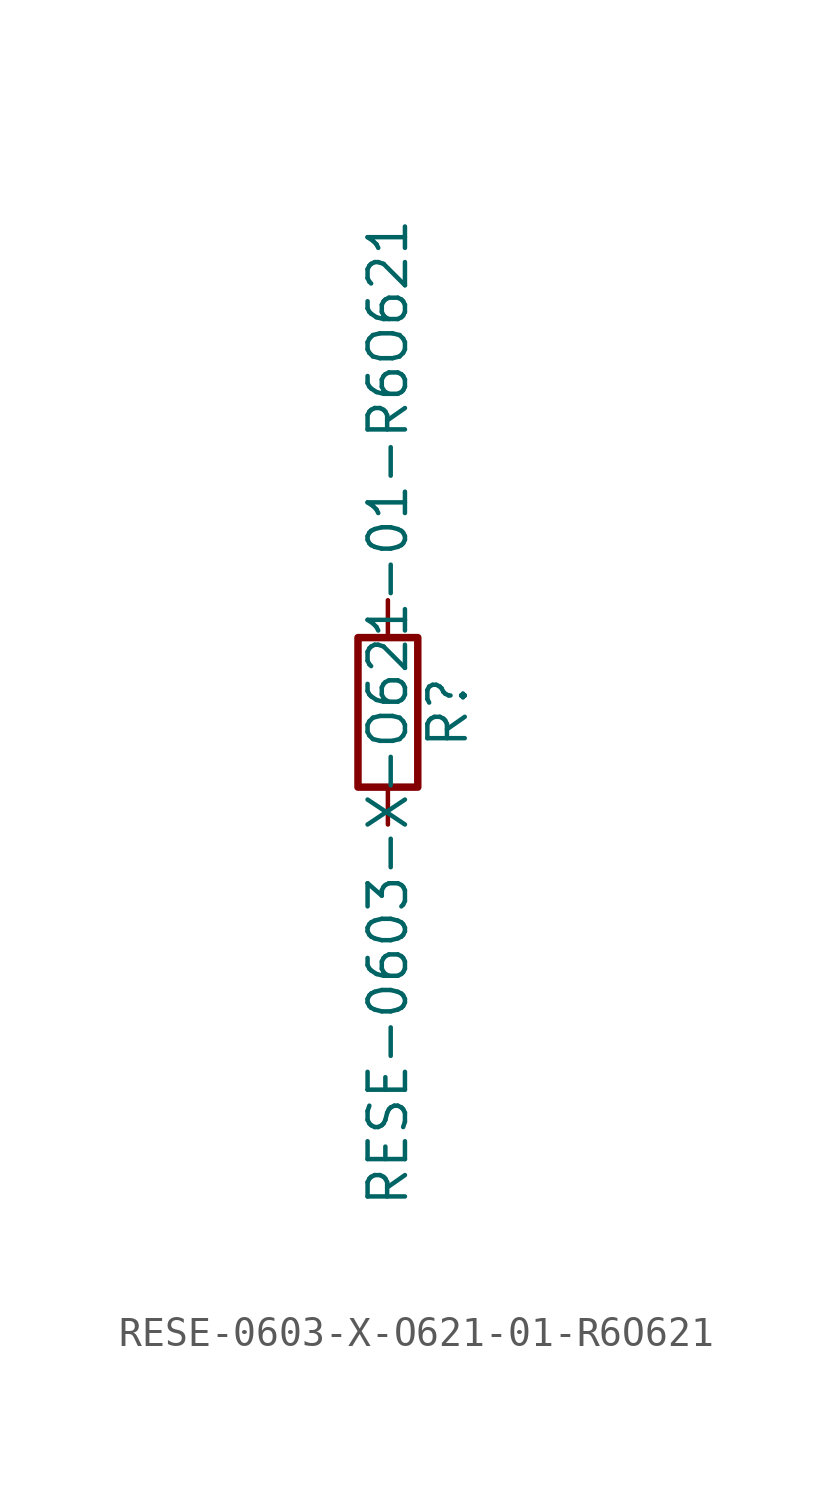
<source format=kicad_sym>
(kicad_symbol_lib
  (version 20211014)
  (generator kicad_symbol_editor)
  (symbol "RESE-0603-X-O621-01-R6O621"
    (pin_numbers hide)
    (pin_names
      (offset 0))
    (property "Reference" "R"
      (at 2.032 0 90)
      (effects (font (size 1.27 1.27))))
    (property "Value" "RESE-0603-X-O621-01-R6O621"
      (at 0 0 90)
      (effects (font (size 1.27 1.27))))
    (symbol "RESE-0603-X-O621-01-R6O621_0_1"
      (rectangle (start -1.016 -2.54) (end 1.016 2.54) (stroke (width 0.254) (type default) (color 0 0 0 0)) (fill (type none))))
    (symbol "RESE-0603-X-O621-01-R6O621_1_1"
      (pin passive line (at 0 3.81 270) (length 1.27) (name "~" (effects (font (size 1.27 1.27)))) (number "1" (effects (font (size 1.27 1.27)))))
      (pin passive line (at 0 -3.81 90) (length 1.27) (name "~" (effects (font (size 1.27 1.27)))) (number "2" (effects (font (size 1.27 1.27))))))))
</source>
